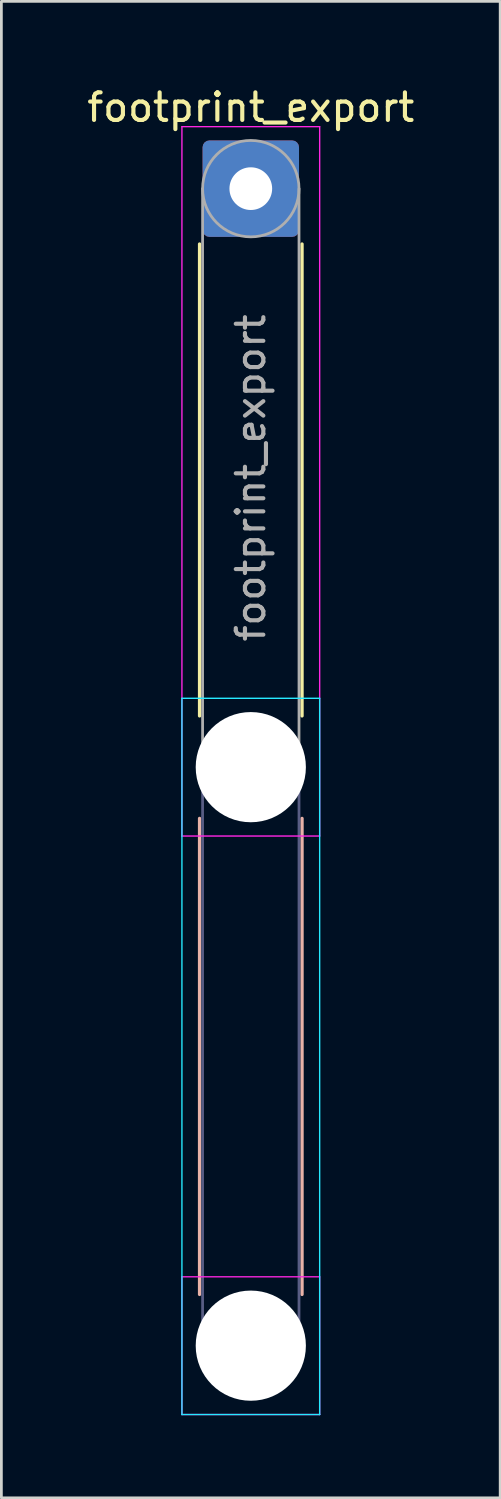
<source format=kicad_pcb>
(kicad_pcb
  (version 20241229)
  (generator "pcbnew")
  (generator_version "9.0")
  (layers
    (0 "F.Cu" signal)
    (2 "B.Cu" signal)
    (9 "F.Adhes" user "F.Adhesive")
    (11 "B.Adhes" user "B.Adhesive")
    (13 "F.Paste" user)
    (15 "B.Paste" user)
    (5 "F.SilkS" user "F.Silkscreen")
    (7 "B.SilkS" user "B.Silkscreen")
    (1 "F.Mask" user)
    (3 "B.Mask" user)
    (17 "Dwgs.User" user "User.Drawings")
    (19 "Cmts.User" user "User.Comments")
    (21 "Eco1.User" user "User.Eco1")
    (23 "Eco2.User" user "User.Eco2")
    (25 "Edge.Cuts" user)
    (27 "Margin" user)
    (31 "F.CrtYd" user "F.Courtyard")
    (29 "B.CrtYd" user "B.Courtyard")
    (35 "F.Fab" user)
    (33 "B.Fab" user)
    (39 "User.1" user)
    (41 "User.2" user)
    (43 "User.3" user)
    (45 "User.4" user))
  (footprint "footprint_export"
    (layer "F.Cu")
    (at 6.054 3.798)
    (property "Reference" "footprint_export" (at 0 -2.95 0) (layer "F.SilkS") (effects (font (size 1 1) (thickness 0.15))))
    (attr exclude_from_pos_files exclude_from_bom)
    (fp_line (start -1.86 2.01) (end -1.86 19.14) (stroke (width 0.12) (type solid)) (layer "F.SilkS"))
    (fp_line (start 1.86 2.01) (end 1.86 19.14) (stroke (width 0.12) (type solid)) (layer "F.SilkS"))
    (fp_line (start -1.86 22.86) (end -1.86 40.14) (stroke (width 0.12) (type solid)) (layer "B.SilkS"))
    (fp_line (start 1.86 22.86) (end 1.86 40.14) (stroke (width 0.12) (type solid)) (layer "B.SilkS"))
    (fp_line (start -2.5 18.5) (end -2.5 44.5) (stroke (width 0.05) (type solid)) (layer "B.CrtYd"))
    (fp_line (start -2.5 44.5) (end 2.5 44.5) (stroke (width 0.05) (type solid)) (layer "B.CrtYd"))
    (fp_line (start 2.5 18.5) (end -2.5 18.5) (stroke (width 0.05) (type solid)) (layer "B.CrtYd"))
    (fp_line (start 2.5 44.5) (end 2.5 18.5) (stroke (width 0.05) (type solid)) (layer "B.CrtYd"))
    (fp_line (start -2.5 -2.25) (end -2.5 23.5) (stroke (width 0.05) (type solid)) (layer "F.CrtYd"))
    (fp_line (start -2.5 23.5) (end 2.5 23.5) (stroke (width 0.05) (type solid)) (layer "F.CrtYd"))
    (fp_line (start -2.5 39.5) (end -2.5 44.5) (stroke (width 0.05) (type solid)) (layer "F.CrtYd"))
    (fp_line (start -2.5 44.5) (end 2.5 44.5) (stroke (width 0.05) (type solid)) (layer "F.CrtYd"))
    (fp_line (start 2.5 -2.25) (end -2.5 -2.25) (stroke (width 0.05) (type solid)) (layer "F.CrtYd"))
    (fp_line (start 2.5 23.5) (end 2.5 -2.25) (stroke (width 0.05) (type solid)) (layer "F.CrtYd"))
    (fp_line (start 2.5 39.5) (end -2.5 39.5) (stroke (width 0.05) (type solid)) (layer "F.CrtYd"))
    (fp_line (start 2.5 44.5) (end 2.5 39.5) (stroke (width 0.05) (type solid)) (layer "F.CrtYd"))
    (fp_line (start -1.75 21) (end -1.75 42) (stroke (width 0.1) (type solid)) (layer "B.Fab"))
    (fp_line (start 1.75 21) (end 1.75 42) (stroke (width 0.1) (type solid)) (layer "B.Fab"))
    (fp_circle (center 0 21) (end 1.75 21) (stroke (width 0.1) (type solid)) (fill no) (layer "B.Fab"))
    (fp_circle (center 0 42) (end 1.75 42) (stroke (width 0.1) (type solid)) (fill no) (layer "B.Fab"))
    (fp_line (start -1.75 0) (end -1.75 21) (stroke (width 0.1) (type solid)) (layer "F.Fab"))
    (fp_line (start 1.75 0) (end 1.75 21) (stroke (width 0.1) (type solid)) (layer "F.Fab"))
    (fp_circle (center 0 0) (end 1.75 0) (stroke (width 0.1) (type solid)) (fill no) (layer "F.Fab"))
    (fp_circle (center 0 21) (end 1.75 21) (stroke (width 0.1) (type solid)) (fill no) (layer "F.Fab"))
    (fp_circle (center 0 42) (end 1.75 42) (stroke (width 0.1) (type solid)) (fill no) (layer "F.Fab"))
    (fp_text user "${REFERENCE}" (at 0 10.5 90) (layer "F.Fab") (effects (font (size 1 1) (thickness 0.15))))
    (pad "" np_thru_hole circle (at 0 21) (size 4 4) (drill 4) (layers "*.Cu" "*.Mask"))
    (pad "" np_thru_hole circle (at 0 42) (size 4 4) (drill 4) (layers "*.Cu" "*.Mask"))
    (pad "1" thru_hole roundrect (at 0 0) (size 3.5 3.5) (drill 1.55) (layers "*.Cu" "*.Mask") (roundrect_rratio 0.071)))
  (gr_rect
    (start -3 -3)
    (end 15.107 51.323)
    (stroke (width 0.1) (type default))
    (fill no)
    (layer "Edge.Cuts")))
</source>
